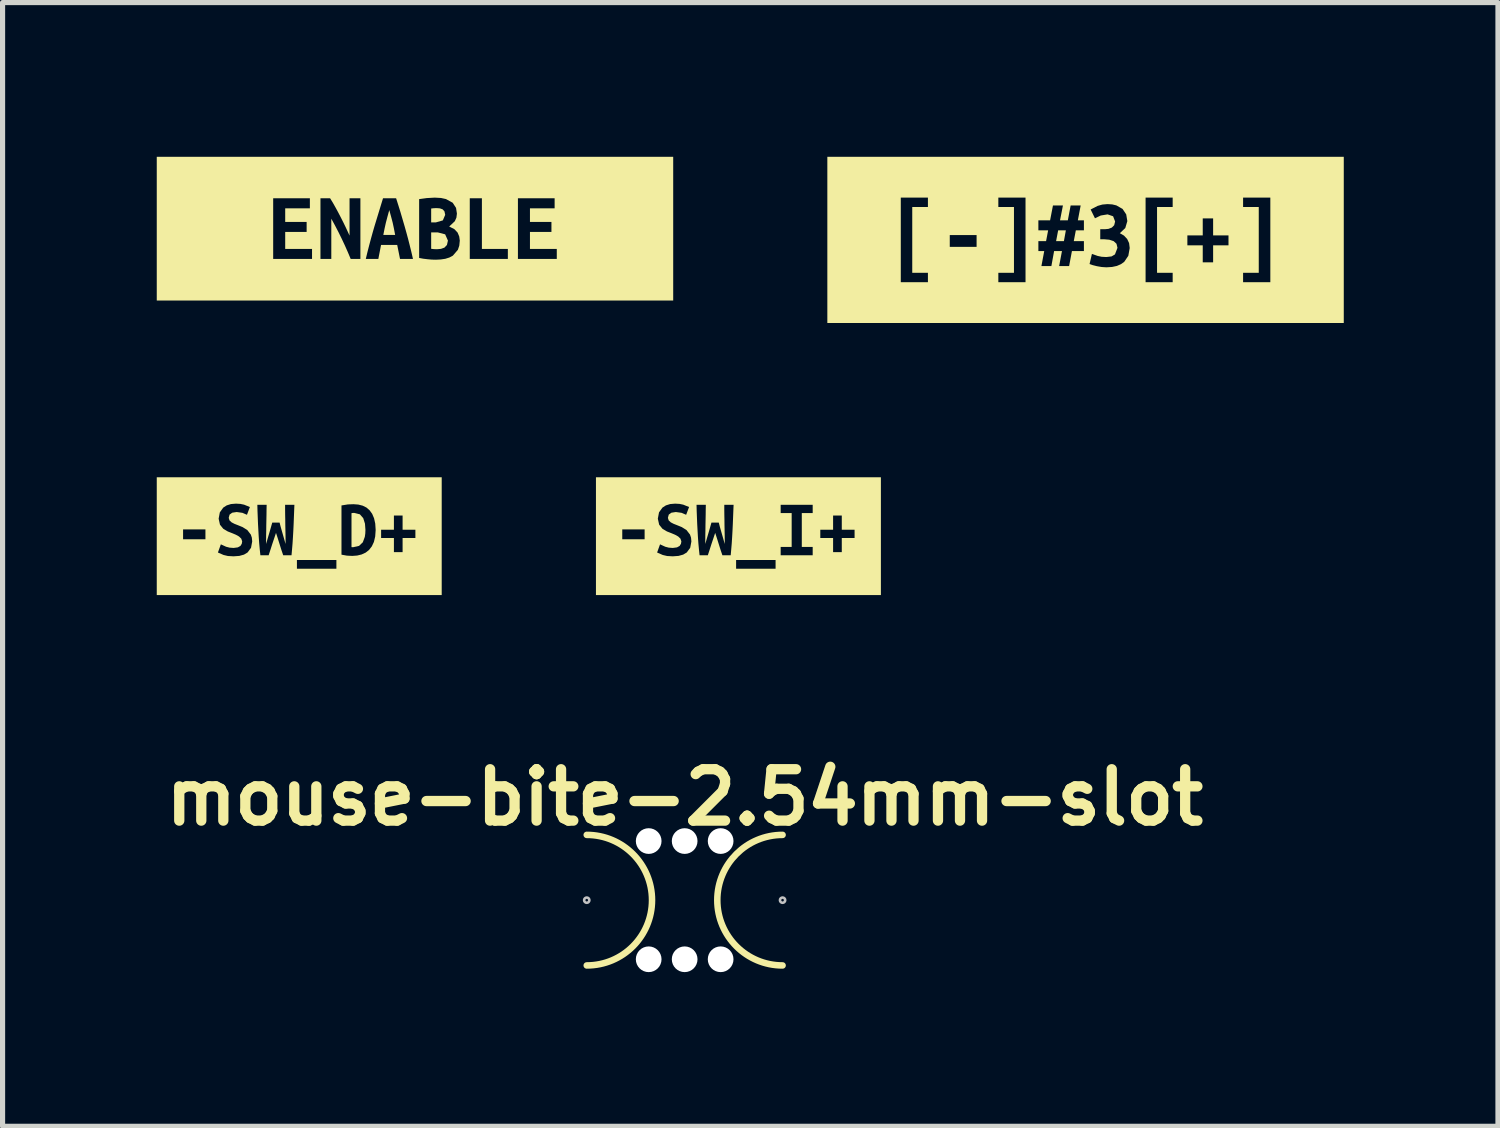
<source format=kicad_pcb>
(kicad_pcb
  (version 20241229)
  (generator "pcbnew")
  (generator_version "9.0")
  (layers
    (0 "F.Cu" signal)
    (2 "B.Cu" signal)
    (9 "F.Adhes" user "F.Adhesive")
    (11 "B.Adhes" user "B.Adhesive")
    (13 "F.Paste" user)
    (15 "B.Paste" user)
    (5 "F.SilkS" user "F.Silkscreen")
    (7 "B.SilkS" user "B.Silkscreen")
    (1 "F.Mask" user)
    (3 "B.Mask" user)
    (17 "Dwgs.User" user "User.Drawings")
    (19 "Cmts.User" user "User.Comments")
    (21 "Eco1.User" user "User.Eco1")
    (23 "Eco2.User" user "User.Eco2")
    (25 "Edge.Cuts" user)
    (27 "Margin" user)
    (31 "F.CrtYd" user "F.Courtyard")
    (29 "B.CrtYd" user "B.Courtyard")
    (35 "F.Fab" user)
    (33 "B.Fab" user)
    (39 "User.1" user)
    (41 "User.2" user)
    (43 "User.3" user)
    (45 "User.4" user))
  (footprint "label_enable"
    (layer "F.Cu")
    (at 5.024 1.399)
    (property "Reference" "label_enable" (at 0 -1.398 0) (layer "F.SilkS") (effects (font (size 0.001 0.001) (thickness 0.000003))))
    (attr exclude_from_pos_files exclude_from_bom)
    (fp_poly (pts (xy -0.5 -0.362) (xy -0.535 -0.235) (xy -0.566 -0.117) (xy -0.592 0) (xy -0.616 0.122) (xy -0.386 0.122) (xy -0.409 0) (xy -0.434 -0.117) (xy -0.465 -0.235) (xy -0.5 -0.362)) (stroke (width 0) (type solid)) (fill yes) (layer "F.SilkS"))
    (fp_poly (pts (xy 0.315 0.072) (xy 0.315 0.392) (xy 0.37 0.398) (xy 0.428 0.4) (xy 0.506 0.393) (xy 0.573 0.369) (xy 0.622 0.317) (xy 0.641 0.232) (xy 0.587 0.11) (xy 0.441 0.072) (xy 0.315 0.072)) (stroke (width 0) (type solid)) (fill yes) (layer "F.SilkS"))
    (fp_poly (pts (xy 0.407 -0.122) (xy 0.542 -0.161) (xy 0.588 -0.269) (xy 0.574 -0.336) (xy 0.538 -0.376) (xy 0.485 -0.395) (xy 0.422 -0.4) (xy 0.367 -0.398) (xy 0.315 -0.392) (xy 0.315 -0.122) (xy 0.407 -0.122)) (stroke (width 0) (type solid)) (fill yes) (layer "F.SilkS"))
    (fp_poly (pts (xy -4.511 -1.398) (xy -2.759 0.589) (xy -2.759 -0.591) (xy -2.045 -0.591) (xy -2.045 -0.396) (xy -2.525 -0.396) (xy -2.525 -0.131) (xy -2.108 -0.131) (xy -2.108 0.063) (xy -2.525 0.063) (xy -2.525 0.394) (xy -2.003 0.394) (xy -2.003 0.589) (xy -2.759 0.589) (xy -4.511 -1.398) (xy -5.024 -1.398) (xy -5.024 1.398) (xy -1.251 0.589) (xy -1.306 0.458) (xy -1.364 0.327) (xy -1.425 0.197) (xy -1.489 0.067) (xy -1.557 -0.064) (xy -1.628 -0.194) (xy -1.628 0.589) (xy -1.839 0.589) (xy -1.839 -0.591) (xy -1.651 -0.591) (xy -1.597 -0.503) (xy -1.544 -0.409) (xy -1.491 -0.311) (xy -1.44 -0.213) (xy -1.392 -0.118) (xy -1.347 -0.025) (xy -1.307 0.061) (xy -1.273 0.135) (xy -1.273 -0.591) (xy -1.062 -0.591) (xy -1.062 0.589) (xy -1.251 0.589) (xy -5.024 1.398) (xy -4.511 1.398) (xy -0.291 0.589) (xy -0.346 0.316) (xy -0.66 0.316) (xy -0.713 0.589) (xy -0.957 0.589) (xy -0.924 0.452) (xy -0.89 0.32) (xy -0.856 0.193) (xy -0.822 0.07) (xy -0.788 -0.047) (xy -0.745 -0.188) (xy -0.703 -0.326) (xy -0.662 -0.46) (xy -0.622 -0.591) (xy -0.367 -0.591) (xy -0.325 -0.459) (xy -0.283 -0.324) (xy -0.242 -0.184) (xy 0.081 0.57) (xy 0.081 -0.575) (xy 0.228 -0.595) (xy 0.386 -0.604) (xy 0.507 -0.597) (xy 0.603 -0.576) (xy 0.734 -0.504) (xy 0.799 -0.404) (xy 0.816 -0.293) (xy 0.806 -0.214) (xy 0.775 -0.145) (xy 0.666 -0.042) (xy 0.767 0.01) (xy 0.829 0.076) (xy 0.861 0.152) (xy 0.872 0.232) (xy 0.862 0.33) (xy 0.835 0.411) (xy 0.737 0.525) (xy 0.67 0.561) (xy 0.591 0.586) (xy 0.503 0.599) (xy 0.409 0.604) (xy 0.329 0.602) (xy 0.247 0.595) (xy 0.163 0.585) (xy 0.081 0.57) (xy -0.242 -0.184) (xy -0.2 -0.041) (xy -0.167 0.077) (xy -0.134 0.199) (xy -0.102 0.325) (xy -0.07 0.455) (xy -0.039 0.589) (xy -0.291 0.589) (xy -4.511 1.398) (xy 4.511 1.398) (xy 1.807 0.589) (xy 1.066 0.589) (xy 1.066 -0.591) (xy 1.302 -0.591) (xy 1.302 0.394) (xy 1.807 0.394) (xy 1.807 0.589) (xy 4.511 1.398) (xy 5.024 1.398) (xy 2.003 0.589) (xy 2.003 -0.591) (xy 2.717 -0.591) (xy 2.717 -0.396) (xy 2.237 -0.396) (xy 2.237 -0.131) (xy 2.655 -0.131) (xy 2.655 0.063) (xy 2.237 0.063) (xy 2.237 0.394) (xy 2.759 0.394) (xy 2.759 0.589) (xy 2.003 0.589) (xy 5.024 1.398) (xy 5.024 -1.398) (xy 4.511 -1.398) (xy -4.511 -1.398)) (stroke (width 0) (type solid)) (fill yes) (layer "F.SilkS")))
  (footprint "label_sw_i"
    (layer "F.Cu")
    (at 11.317 7.382)
    (property "Reference" "label_sw_i" (at 0 -1.147 0) (layer "F.SilkS") (effects (font (size 0.001 0.001) (thickness 0.000003))))
    (attr exclude_from_pos_files exclude_from_bom)
    (fp_poly (pts (xy -2.26 -1.146) (xy -1.277 0.229) (xy -1.195 0.218) (xy -1.144 0.19) (xy -1.118 0.148) (xy -1.11 0.102) (xy -1.128 0.048) (xy -1.172 0.006) (xy -1.233 -0.028) (xy -1.299 -0.056) (xy -1.391 -0.092) (xy -1.478 -0.144) (xy -1.542 -0.223) (xy -1.568 -0.34) (xy -1.545 -0.463) (xy -1.478 -0.556) (xy -1.411 -0.599) (xy -1.328 -0.625) (xy -1.231 -0.633) (xy -1.146 -0.628) (xy -1.073 -0.613) (xy -0.96 -0.567) (xy -1.017 -0.416) (xy -1.105 -0.454) (xy -1.217 -0.47) (xy -1.303 -0.457) (xy -1.355 -0.42) (xy -1.372 -0.357) (xy -1.357 -0.307) (xy -1.316 -0.269) (xy -1.26 -0.24) (xy -1.199 -0.216) (xy -1.103 -0.177) (xy -1.011 -0.12) (xy -0.942 -0.031) (xy -0.922 0.029) (xy -0.915 0.103) (xy -0.779 0.139) (xy -0.788 0.015) (xy -0.795 -0.11) (xy -0.802 -0.237) (xy -0.807 -0.364) (xy -0.812 -0.49) (xy -0.815 -0.611) (xy -0.634 -0.611) (xy -0.636 -0.516) (xy -0.637 -0.418) (xy -0.639 -0.318) (xy -0.641 -0.218) (xy -0.642 -0.12) (xy -0.644 -0.025) (xy -0.645 0.067) (xy -0.645 0.152) (xy -0.613 0.041) (xy -0.578 -0.078) (xy -0.547 -0.186) (xy -0.525 -0.264) (xy -0.382 -0.264) (xy -0.363 -0.189) (xy -0.335 -0.09) (xy -0.302 0.025) (xy -0.266 0.152) (xy -0.266 0.067) (xy -0.267 -0.025) (xy -0.269 -0.12) (xy -0.271 -0.217) (xy -0.272 -0.317) (xy -0.274 -0.417) (xy -0.275 -0.516) (xy -0.275 -0.611) (xy -0.094 -0.611) (xy -0.099 -0.489) (xy -0.104 -0.363) (xy -0.109 -0.235) (xy -0.115 -0.109) (xy -0.122 0.016) (xy -0.13 0.14) (xy -0.14 0.259) (xy -0.15 0.371) (xy -0.312 0.371) (xy -0.347 0.268) (xy -0.382 0.156) (xy -0.417 0.044) (xy -0.452 -0.064) (xy -0.487 0.041) (xy -0.525 0.154) (xy -0.561 0.267) (xy -0.595 0.371) (xy -0.756 0.371) (xy -0.768 0.259) (xy -0.779 0.139) (xy -0.915 0.103) (xy -0.938 0.226) (xy -1.005 0.317) (xy -1.075 0.359) (xy -1.166 0.384) (xy -1.277 0.392) (xy -1.387 0.386) (xy -1.472 0.366) (xy -1.582 0.318) (xy -1.525 0.159) (xy -1.422 0.206) (xy -1.356 0.223) (xy -1.277 0.229) (xy -2.26 -1.146) (xy -2.772 -1.146) (xy -2.26 -0.132) (xy -1.825 -0.132) (xy -1.825 0.06) (xy -2.26 0.06) (xy -2.26 -0.132) (xy -2.772 -1.146) (xy -2.772 1.146) (xy -0.045 0.464) (xy 0.723 0.464) (xy 0.723 0.633) (xy -0.045 0.633) (xy -0.045 0.464) (xy -2.772 1.146) (xy -2.26 1.146) (xy 2.26 1.146) (xy 0.822 0.371) (xy 0.822 0.21) (xy 1.036 0.21) (xy 1.036 -0.449) (xy 0.822 -0.449) (xy 0.822 -0.611) (xy 1.445 -0.611) (xy 1.445 -0.449) (xy 1.233 -0.449) (xy 1.233 0.21) (xy 1.445 0.21) (xy 1.445 0.371) (xy 0.822 0.371) (xy 2.26 1.146) (xy 2.772 1.146) (xy 2.011 0.311) (xy 1.842 0.311) (xy 1.842 0.035) (xy 1.593 0.035) (xy 1.593 -0.125) (xy 1.842 -0.125) (xy 1.842 -0.402) (xy 2.011 -0.402) (xy 2.011 -0.125) (xy 2.26 -0.125) (xy 2.26 0.035) (xy 2.011 0.035) (xy 2.011 0.311) (xy 2.772 1.146) (xy 2.772 -1.146) (xy 2.26 -1.146) (xy -2.26 -1.146)) (stroke (width 0) (type solid)) (fill yes) (layer "F.SilkS")))
  (footprint "label_sw_d"
    (layer "F.Cu")
    (at 2.772 7.382)
    (property "Reference" "label_sw_d" (at 0 -1.147 0) (layer "F.SilkS") (effects (font (size 0.001 0.001) (thickness 0.000003))))
    (attr exclude_from_pos_files exclude_from_bom)
    (fp_poly (pts (xy 1.017 0.213) (xy 1.034 0.214) (xy 1.052 0.214) (xy 1.164 0.189) (xy 1.237 0.119) (xy 1.276 0.013) (xy 1.285 -0.051) (xy 1.288 -0.121) (xy 1.279 -0.244) (xy 1.245 -0.351) (xy 1.18 -0.425) (xy 1.074 -0.452) (xy 1.045 -0.452) (xy 1.017 -0.448) (xy 1.017 0.213)) (stroke (width 0) (type solid)) (fill yes) (layer "F.SilkS"))
    (fp_poly (pts (xy -2.26 -1.146) (xy -1.277 0.229) (xy -1.195 0.218) (xy -1.144 0.19) (xy -1.118 0.148) (xy -1.11 0.102) (xy -1.128 0.048) (xy -1.172 0.006) (xy -1.233 -0.028) (xy -1.299 -0.056) (xy -1.391 -0.092) (xy -1.478 -0.144) (xy -1.542 -0.223) (xy -1.568 -0.34) (xy -1.545 -0.463) (xy -1.478 -0.556) (xy -1.411 -0.599) (xy -1.328 -0.625) (xy -1.231 -0.633) (xy -1.146 -0.628) (xy -1.073 -0.613) (xy -0.96 -0.567) (xy -1.017 -0.416) (xy -1.105 -0.454) (xy -1.217 -0.47) (xy -1.303 -0.457) (xy -1.355 -0.42) (xy -1.372 -0.357) (xy -1.357 -0.307) (xy -1.316 -0.269) (xy -1.26 -0.24) (xy -1.199 -0.216) (xy -1.103 -0.177) (xy -1.011 -0.12) (xy -0.942 -0.031) (xy -0.922 0.029) (xy -0.915 0.103) (xy -0.779 0.139) (xy -0.788 0.015) (xy -0.795 -0.11) (xy -0.802 -0.237) (xy -0.807 -0.364) (xy -0.812 -0.49) (xy -0.815 -0.611) (xy -0.634 -0.611) (xy -0.636 -0.516) (xy -0.637 -0.418) (xy -0.639 -0.318) (xy -0.641 -0.218) (xy -0.642 -0.12) (xy -0.644 -0.025) (xy -0.645 0.067) (xy -0.645 0.152) (xy -0.613 0.041) (xy -0.578 -0.078) (xy -0.547 -0.186) (xy -0.525 -0.264) (xy -0.382 -0.264) (xy -0.363 -0.189) (xy -0.335 -0.09) (xy -0.302 0.025) (xy -0.266 0.152) (xy -0.266 0.067) (xy -0.267 -0.025) (xy -0.269 -0.12) (xy -0.271 -0.217) (xy -0.272 -0.317) (xy -0.274 -0.417) (xy -0.275 -0.516) (xy -0.275 -0.611) (xy -0.094 -0.611) (xy -0.099 -0.489) (xy -0.104 -0.363) (xy -0.109 -0.235) (xy -0.115 -0.109) (xy -0.122 0.016) (xy -0.13 0.14) (xy -0.14 0.259) (xy -0.15 0.371) (xy -0.312 0.371) (xy -0.347 0.268) (xy -0.382 0.156) (xy -0.417 0.044) (xy -0.452 -0.064) (xy -0.487 0.041) (xy -0.525 0.154) (xy -0.561 0.267) (xy -0.595 0.371) (xy -0.756 0.371) (xy -0.768 0.259) (xy -0.779 0.139) (xy -0.915 0.103) (xy -0.938 0.226) (xy -1.005 0.317) (xy -1.075 0.359) (xy -1.166 0.384) (xy -1.277 0.392) (xy -1.387 0.386) (xy -1.472 0.366) (xy -1.582 0.318) (xy -1.525 0.159) (xy -1.422 0.206) (xy -1.356 0.223) (xy -1.277 0.229) (xy -2.26 -1.146) (xy -2.772 -1.146) (xy -2.26 -0.132) (xy -1.825 -0.132) (xy -1.825 0.06) (xy -2.26 0.06) (xy -2.26 -0.132) (xy -2.772 -1.146) (xy -2.772 1.146) (xy -0.045 0.464) (xy 0.723 0.464) (xy 0.723 0.633) (xy -0.045 0.633) (xy -0.045 0.464) (xy -2.772 1.146) (xy -2.26 1.146) (xy 2.26 1.146) (xy 1.487 -0.121) (xy 1.478 0.006) (xy 1.453 0.112) (xy 1.412 0.199) (xy 1.358 0.268) (xy 1.292 0.32) (xy 1.214 0.356) (xy 1.127 0.377) (xy 1.031 0.384) (xy 0.929 0.379) (xy 0.822 0.36) (xy 0.822 -0.598) (xy 0.947 -0.618) (xy 1.056 -0.622) (xy 1.149 -0.615) (xy 1.233 -0.594) (xy 1.308 -0.557) (xy 1.369 -0.504) (xy 1.419 -0.435) (xy 1.456 -0.348) (xy 1.479 -0.244) (xy 1.487 -0.121) (xy 2.26 1.146) (xy 2.772 1.146) (xy 2.011 0.311) (xy 1.842 0.311) (xy 1.842 0.035) (xy 1.593 0.035) (xy 1.593 -0.125) (xy 1.842 -0.125) (xy 1.842 -0.402) (xy 2.011 -0.402) (xy 2.011 -0.125) (xy 2.26 -0.125) (xy 2.26 0.035) (xy 2.011 0.035) (xy 2.011 0.311) (xy 2.772 1.146) (xy 2.772 -1.146) (xy 2.26 -1.146) (xy -2.26 -1.146)) (stroke (width 0) (type solid)) (fill yes) (layer "F.SilkS")))
  (footprint "mouse-bite-2.54mm-slot"
    (layer "F.Cu")
    (at 10.271 14.464)
    (property "Reference" "mouse-bite-2.54mm-slot" (at 0 -2 0) (layer "F.SilkS") (effects (font (size 1 1) (thickness 0.2))))
    (attr through_hole)
    (fp_arc (start -1.905 -1.27) (mid -0.635 0) (end -1.905 1.27) (stroke (width 0.127) (type solid)) (layer "F.SilkS"))
    (fp_arc (start 1.905 1.27) (mid 0.635 0) (end 1.905 -1.27) (stroke (width 0.127) (type solid)) (layer "F.SilkS"))
    (fp_circle (center -1.905 0) (end -1.905 0.051) (stroke (width 0.051) (type solid)) (fill no) (layer "Dwgs.User"))
    (fp_circle (center 1.905 0) (end 1.905 -0.051) (stroke (width 0.051) (type solid)) (fill no) (layer "Dwgs.User"))
    (pad "" np_thru_hole circle (at -0.7 -1.15) (size 0.5 0.5) (drill 0.5) (layers "*.Cu" "*.Mask"))
    (pad "" np_thru_hole circle (at -0.7 1.15) (size 0.5 0.5) (drill 0.5) (layers "*.Cu" "*.Mask"))
    (pad "" np_thru_hole circle (at 0 -1.15) (size 0.5 0.5) (drill 0.5) (layers "*.Cu" "*.Mask"))
    (pad "" np_thru_hole circle (at 0 1.15) (size 0.5 0.5) (drill 0.5) (layers "*.Cu" "*.Mask"))
    (pad "" np_thru_hole circle (at 0.7 -1.15) (size 0.5 0.5) (drill 0.5) (layers "*.Cu" "*.Mask"))
    (pad "" np_thru_hole circle (at 0.7 1.15) (size 0.5 0.5) (drill 0.5) (layers "*.Cu" "*.Mask")))
  (footprint "label_out3"
    (layer "F.Cu")
    (at 18.071 1.618)
    (property "Reference" "label_out3" (at 0 -1.617 0) (layer "F.SilkS") (effects (font (size 0.001 0.001) (thickness 0.000003))))
    (attr exclude_from_pos_files exclude_from_bom)
    (fp_poly (pts (xy -0.573 0.023) (xy -0.421 0.023) (xy -0.383 -0.187) (xy -0.533 -0.187) (xy -0.573 0.023)) (stroke (width 0) (type solid)) (fill yes) (layer "F.SilkS"))
    (fp_poly (pts (xy -4.511 -1.617) (xy -3.595 -0.823) (xy -3.067 -0.823) (xy -3.067 -0.64) (xy -3.372 -0.64) (xy -2.642 -0.095) (xy -2.12 -0.095) (xy -2.12 0.135) (xy -2.642 0.135) (xy -2.642 -0.095) (xy -3.372 -0.64) (xy -3.372 0.64) (xy -3.067 0.64) (xy -3.067 0.823) (xy -3.595 0.823) (xy -3.595 -0.823) (xy -4.511 -1.617) (xy -5.024 -1.617) (xy -5.024 1.617) (xy -1.168 0.823) (xy -1.697 0.823) (xy -1.697 0.64) (xy -1.393 0.64) (xy -1.393 -0.64) (xy -1.697 -0.64) (xy -1.697 -0.823) (xy -1.168 -0.823) (xy -1.168 0.823) (xy -5.024 1.617) (xy -4.511 1.617) (xy 0.406 0.533) (xy 0.313 0.527) (xy 0.22 0.511) (xy 0.137 0.49) (xy 0.078 0.469) (xy 0.124 0.272) (xy 0.237 0.312) (xy 0.314 0.328) (xy 0.404 0.333) (xy 0.506 0.321) (xy 0.572 0.282) (xy 0.621 0.154) (xy 0.602 0.075) (xy 0.547 0.024) (xy 0.462 -0.004) (xy 0.358 -0.013) (xy 0.286 -0.013) (xy 0.286 -0.208) (xy 0.373 -0.208) (xy 0.446 -0.215) (xy 0.511 -0.24) (xy 0.557 -0.286) (xy 0.575 -0.358) (xy 0.536 -0.46) (xy 0.429 -0.497) (xy 0.296 -0.475) (xy 0.183 -0.421) (xy 0.099 -0.592) (xy 0.235 -0.662) (xy 0.326 -0.688) (xy 0.427 -0.697) (xy 0.519 -0.691) (xy 0.599 -0.672) (xy 0.72 -0.603) (xy 0.791 -0.497) (xy 0.813 -0.366) (xy 0.773 -0.231) (xy 0.667 -0.131) (xy 0.748 -0.084) (xy 0.809 -0.019) (xy 0.847 0.062) (xy 0.859 0.158) (xy 0.832 0.309) (xy 0.751 0.428) (xy 0.688 0.472) (xy 0.61 0.506) (xy 0.516 0.526) (xy 0.406 0.533) (xy -4.511 1.617) (xy 4.511 1.617) (xy 3.595 0.823) (xy 3.065 0.823) (xy 3.065 0.64) (xy 3.37 0.64) (xy 3.37 -0.64) (xy 3.065 -0.64) (xy 3.065 -0.823) (xy 3.595 -0.823) (xy 3.595 0.823) (xy 4.511 1.617) (xy 5.024 1.617) (xy 5.024 -1.617) (xy -0.44 -0.671) (xy -0.497 -0.381) (xy -0.345 -0.381) (xy -0.29 -0.671) (xy -0.095 -0.671) (xy 1.168 -0.823) (xy 1.695 -0.823) (xy 1.695 -0.64) (xy 1.391 -0.64) (xy 1.981 -0.088) (xy 2.28 -0.088) (xy 2.28 -0.419) (xy 2.482 -0.419) (xy 2.482 -0.088) (xy 2.781 -0.088) (xy 2.781 0.105) (xy 2.482 0.105) (xy 2.482 0.436) (xy 2.28 0.436) (xy 2.28 0.105) (xy 1.981 0.105) (xy 1.981 -0.088) (xy 1.391 -0.64) (xy 1.391 0.64) (xy 1.695 0.64) (xy 1.695 0.823) (xy 1.168 0.823) (xy 1.168 -0.823) (xy -0.095 -0.671) (xy -0.15 -0.381) (xy -0.032 -0.381) (xy -0.032 -0.187) (xy -0.189 -0.187) (xy -0.229 0.023) (xy -0.032 0.023) (xy -0.032 0.217) (xy -0.265 0.217) (xy -0.32 0.509) (xy -0.514 0.509) (xy -0.459 0.217) (xy -0.612 0.217) (xy -0.665 0.509) (xy -0.859 0.509) (xy -0.804 0.217) (xy -0.918 0.217) (xy -0.918 0.023) (xy -0.768 0.023) (xy -0.728 -0.187) (xy -0.918 -0.187) (xy -0.918 -0.381) (xy -0.69 -0.381) (xy -0.634 -0.671) (xy -0.44 -0.671) (xy 5.024 -1.617) (xy 4.511 -1.617) (xy -4.511 -1.617)) (stroke (width 0) (type solid)) (fill yes) (layer "F.SilkS")))
  (gr_rect
    (start -3 -3)
    (end 26.095 18.864)
    (stroke (width 0.1) (type default))
    (fill no)
    (layer "Edge.Cuts")))
</source>
